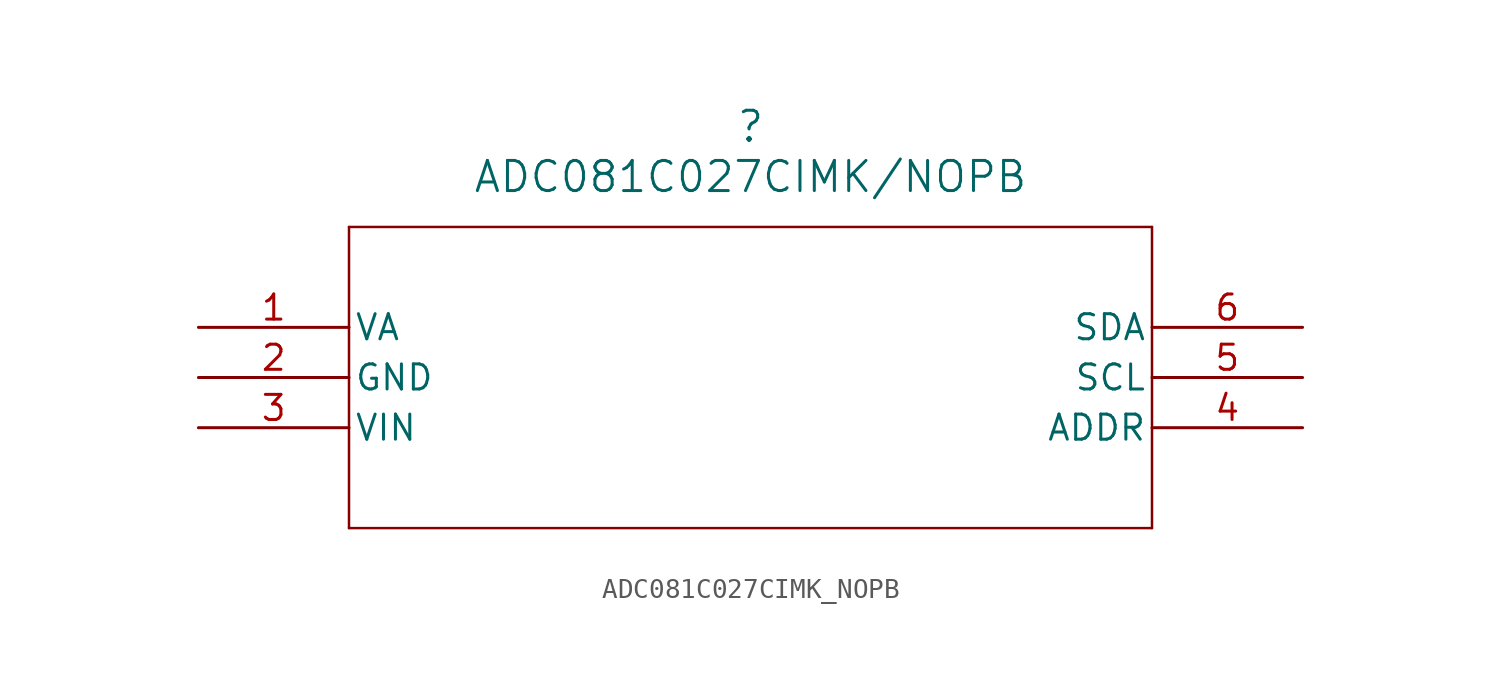
<source format=kicad_sym>
(kicad_symbol_lib
  (version 20211014)
  (generator kicad_symbol_editor)
  (symbol "ADC081C027CIMK_NOPB"
    (pin_names
      (offset 0.254))
    (property "Reference" ""
      (at 27.94 10.16 0)
      (effects (font (size 1.524 1.524))))
    (property "Value" "ADC081C027CIMK/NOPB"
      (at 27.94 7.62 0)
      (effects (font (size 1.524 1.524))))
    (symbol "ADC081C027CIMK_NOPB_0_1"
      (polyline (pts (xy 7.62 5.08) (xy 7.62 -10.16)) (stroke (width 0.127) (type default) (color 0 0 0 0)) (fill (type none)))
      (polyline (pts (xy 7.62 -10.16) (xy 48.26 -10.16)) (stroke (width 0.127) (type default) (color 0 0 0 0)) (fill (type none)))
      (polyline (pts (xy 48.26 -10.16) (xy 48.26 5.08)) (stroke (width 0.127) (type default) (color 0 0 0 0)) (fill (type none)))
      (polyline (pts (xy 48.26 5.08) (xy 7.62 5.08)) (stroke (width 0.127) (type default) (color 0 0 0 0)) (fill (type none)))
      (pin power_in line (at 0 0 0) (length 7.62) (name "VA" (effects (font (size 1.27 1.27)))) (number "1" (effects (font (size 1.27 1.27)))))
      (pin power_in line (at 0 -2.54 0) (length 7.62) (name "GND" (effects (font (size 1.27 1.27)))) (number "2" (effects (font (size 1.27 1.27)))))
      (pin input line (at 0 -5.08 0) (length 7.62) (name "VIN" (effects (font (size 1.27 1.27)))) (number "3" (effects (font (size 1.27 1.27)))))
      (pin input line (at 55.88 -5.08 180) (length 7.62) (name "ADDR" (effects (font (size 1.27 1.27)))) (number "4" (effects (font (size 1.27 1.27)))))
      (pin input line (at 55.88 -2.54 180) (length 7.62) (name "SCL" (effects (font (size 1.27 1.27)))) (number "5" (effects (font (size 1.27 1.27)))))
      (pin bidirectional line (at 55.88 0 180) (length 7.62) (name "SDA" (effects (font (size 1.27 1.27)))) (number "6" (effects (font (size 1.27 1.27))))))))
</source>
